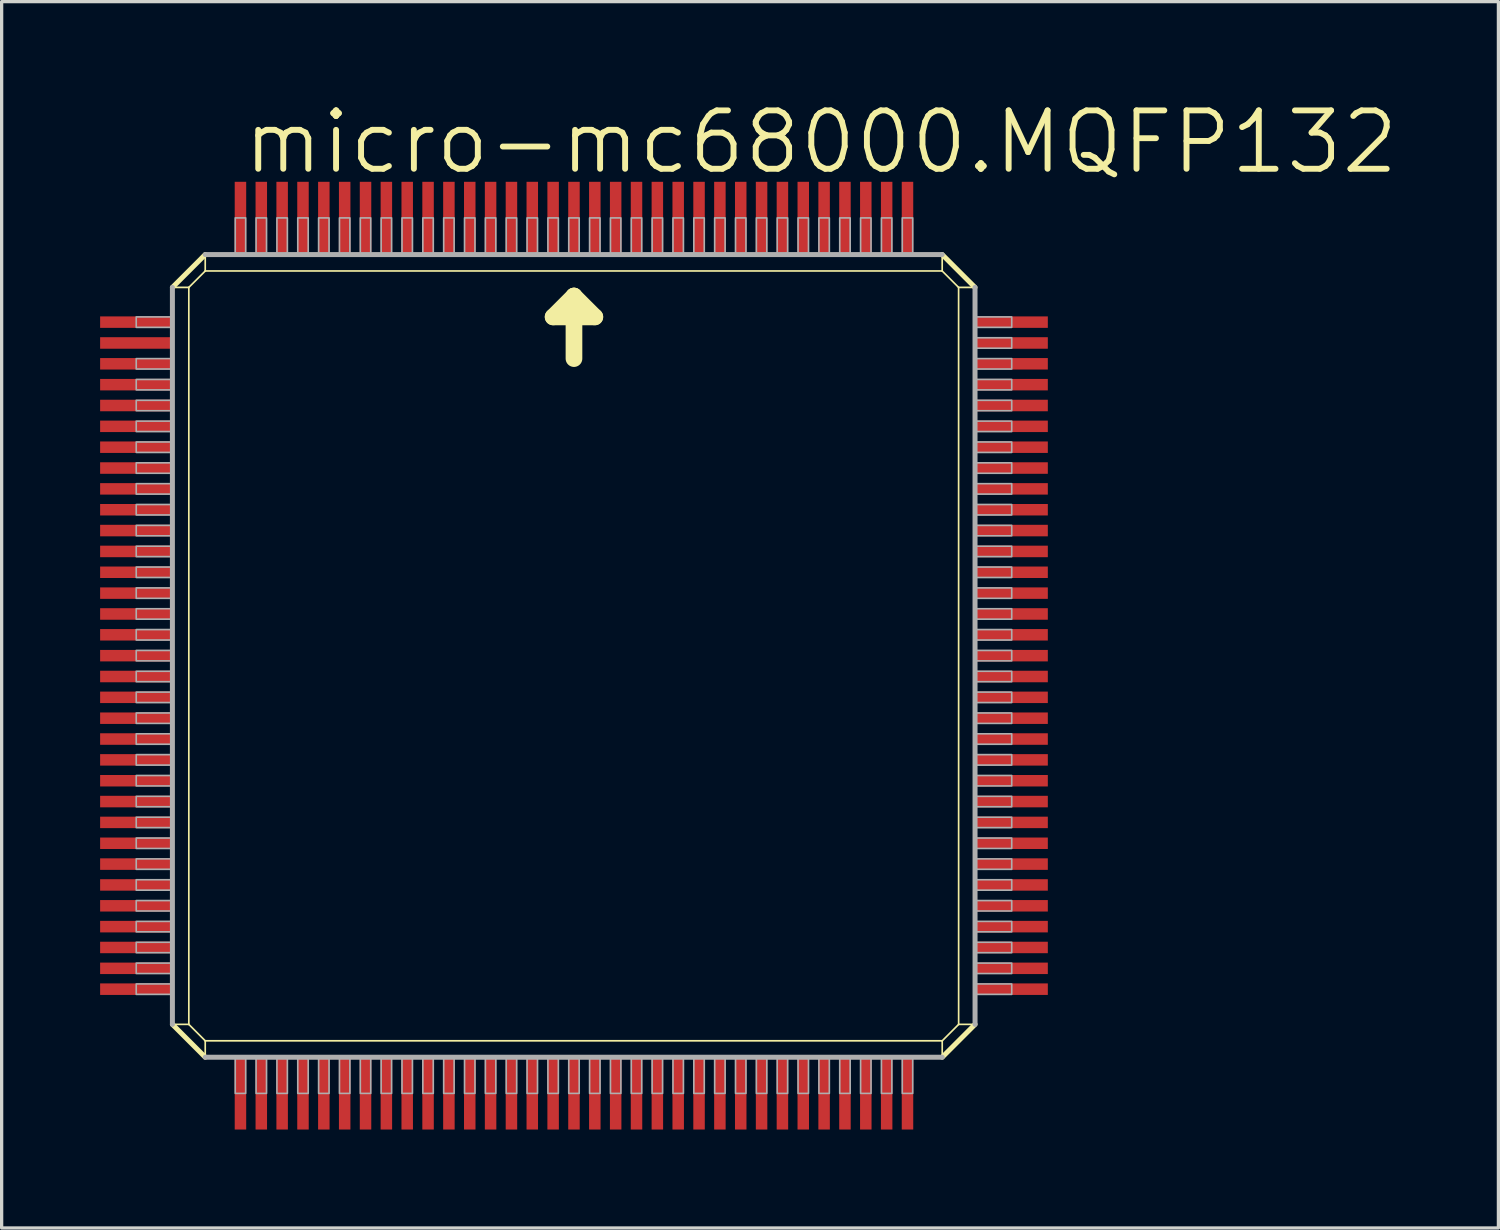
<source format=kicad_pcb>
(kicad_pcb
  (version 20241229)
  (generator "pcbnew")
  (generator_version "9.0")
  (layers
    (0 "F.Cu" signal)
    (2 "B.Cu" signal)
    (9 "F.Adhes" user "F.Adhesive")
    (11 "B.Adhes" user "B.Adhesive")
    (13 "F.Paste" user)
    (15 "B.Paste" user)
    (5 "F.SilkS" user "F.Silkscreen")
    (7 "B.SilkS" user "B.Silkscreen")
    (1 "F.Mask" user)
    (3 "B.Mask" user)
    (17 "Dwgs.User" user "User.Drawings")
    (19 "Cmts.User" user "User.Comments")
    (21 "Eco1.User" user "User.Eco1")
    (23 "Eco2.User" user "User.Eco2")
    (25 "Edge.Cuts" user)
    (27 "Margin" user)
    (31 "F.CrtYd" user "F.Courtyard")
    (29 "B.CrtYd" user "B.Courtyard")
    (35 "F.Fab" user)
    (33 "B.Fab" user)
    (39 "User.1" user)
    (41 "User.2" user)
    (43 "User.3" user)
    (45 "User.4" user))
  (footprint "micro-mc68000.MQFP132"
    (layer "F.Cu")
    (at 14.435 16.288)
    (property "Reference" "micro-mc68000.MQFP132" (at -10.16 -13.97 0) (layer "F.SilkS") (effects (font (size 1.778 1.778) (thickness 0.18)) (justify left bottom)))
    (attr smd)
    (fp_line (start -12.233 -10.583) (end -11.733 -10.583) (stroke (width 0.051) (type default)) (layer "F.SilkS"))
    (fp_line (start -12.233 -10.583) (end -11.233 -11.583) (stroke (width 0.152) (type default)) (layer "F.SilkS"))
    (fp_line (start -12.233 11.868) (end -11.733 11.868) (stroke (width 0.051) (type default)) (layer "F.SilkS"))
    (fp_line (start -11.733 -10.583) (end -11.233 -11.083) (stroke (width 0.051) (type default)) (layer "F.SilkS"))
    (fp_line (start -11.733 11.868) (end -11.733 -10.583) (stroke (width 0.051) (type default)) (layer "F.SilkS"))
    (fp_line (start -11.233 -11.583) (end -11.233 -11.083) (stroke (width 0.051) (type default)) (layer "F.SilkS"))
    (fp_line (start -11.233 -11.083) (end 11.217 -11.083) (stroke (width 0.051) (type default)) (layer "F.SilkS"))
    (fp_line (start -11.233 12.368) (end -11.733 11.868) (stroke (width 0.051) (type default)) (layer "F.SilkS"))
    (fp_line (start -11.233 12.868) (end -12.233 11.868) (stroke (width 0.152) (type default)) (layer "F.SilkS"))
    (fp_line (start -11.233 12.868) (end -11.233 12.368) (stroke (width 0.051) (type default)) (layer "F.SilkS"))
    (fp_line (start -0.635 -9.684) (end 0 -10.319) (stroke (width 0.508) (type default)) (layer "F.SilkS"))
    (fp_line (start 0 -10.319) (end 0 -8.414) (stroke (width 0.508) (type default)) (layer "F.SilkS"))
    (fp_line (start 0 -10.319) (end 0.635 -9.684) (stroke (width 0.508) (type default)) (layer "F.SilkS"))
    (fp_line (start 0.635 -9.684) (end -0.635 -9.684) (stroke (width 0.508) (type default)) (layer "F.SilkS"))
    (fp_line (start 11.217 -11.583) (end 11.217 -11.083) (stroke (width 0.051) (type default)) (layer "F.SilkS"))
    (fp_line (start 11.217 -11.583) (end 12.217 -10.583) (stroke (width 0.152) (type default)) (layer "F.SilkS"))
    (fp_line (start 11.217 -11.083) (end 11.717 -10.583) (stroke (width 0.051) (type default)) (layer "F.SilkS"))
    (fp_line (start 11.218 12.368) (end -11.233 12.368) (stroke (width 0.051) (type default)) (layer "F.SilkS"))
    (fp_line (start 11.218 12.868) (end 11.218 12.368) (stroke (width 0.051) (type default)) (layer "F.SilkS"))
    (fp_line (start 11.717 -10.583) (end 11.718 11.868) (stroke (width 0.051) (type default)) (layer "F.SilkS"))
    (fp_line (start 11.718 11.868) (end 11.218 12.368) (stroke (width 0.051) (type default)) (layer "F.SilkS"))
    (fp_line (start 12.217 -10.583) (end 11.717 -10.583) (stroke (width 0.051) (type default)) (layer "F.SilkS"))
    (fp_line (start 12.218 11.868) (end 11.218 12.868) (stroke (width 0.152) (type default)) (layer "F.SilkS"))
    (fp_line (start 12.218 11.868) (end 11.718 11.868) (stroke (width 0.051) (type default)) (layer "F.SilkS"))
    (fp_line (start -12.233 11.868) (end -12.233 -10.583) (stroke (width 0.152) (type default)) (layer "F.Fab"))
    (fp_line (start -11.233 -11.583) (end 11.217 -11.583) (stroke (width 0.152) (type default)) (layer "F.Fab"))
    (fp_line (start 11.218 12.868) (end -11.233 12.868) (stroke (width 0.152) (type default)) (layer "F.Fab"))
    (fp_line (start 12.217 -10.583) (end 12.218 11.868) (stroke (width 0.152) (type default)) (layer "F.Fab"))
    (fp_rect (start -13.335 -9.366) (end -12.224 -9.684) (stroke (width 0.05) (type default)) (fill no) (layer "F.Fab"))
    (fp_rect (start -13.335 -8.096) (end -12.224 -8.414) (stroke (width 0.05) (type default)) (fill no) (layer "F.Fab"))
    (fp_rect (start -13.335 -7.461) (end -12.224 -7.779) (stroke (width 0.05) (type default)) (fill no) (layer "F.Fab"))
    (fp_rect (start -13.335 -6.826) (end -12.224 -7.144) (stroke (width 0.05) (type default)) (fill no) (layer "F.Fab"))
    (fp_rect (start -13.335 -6.191) (end -12.224 -6.509) (stroke (width 0.05) (type default)) (fill no) (layer "F.Fab"))
    (fp_rect (start -13.335 -5.556) (end -12.224 -5.874) (stroke (width 0.05) (type default)) (fill no) (layer "F.Fab"))
    (fp_rect (start -13.335 -4.921) (end -12.224 -5.239) (stroke (width 0.05) (type default)) (fill no) (layer "F.Fab"))
    (fp_rect (start -13.335 -4.286) (end -12.224 -4.604) (stroke (width 0.05) (type default)) (fill no) (layer "F.Fab"))
    (fp_rect (start -13.335 -3.651) (end -12.224 -3.969) (stroke (width 0.05) (type default)) (fill no) (layer "F.Fab"))
    (fp_rect (start -13.335 -3.016) (end -12.224 -3.334) (stroke (width 0.05) (type default)) (fill no) (layer "F.Fab"))
    (fp_rect (start -13.335 -2.381) (end -12.224 -2.699) (stroke (width 0.05) (type default)) (fill no) (layer "F.Fab"))
    (fp_rect (start -13.335 -1.746) (end -12.224 -2.064) (stroke (width 0.05) (type default)) (fill no) (layer "F.Fab"))
    (fp_rect (start -13.335 -1.111) (end -12.224 -1.429) (stroke (width 0.05) (type default)) (fill no) (layer "F.Fab"))
    (fp_rect (start -13.335 -0.476) (end -12.224 -0.794) (stroke (width 0.05) (type default)) (fill no) (layer "F.Fab"))
    (fp_rect (start -13.335 0.159) (end -12.224 -0.159) (stroke (width 0.05) (type default)) (fill no) (layer "F.Fab"))
    (fp_rect (start -13.335 0.794) (end -12.224 0.476) (stroke (width 0.05) (type default)) (fill no) (layer "F.Fab"))
    (fp_rect (start -13.335 1.429) (end -12.224 1.111) (stroke (width 0.05) (type default)) (fill no) (layer "F.Fab"))
    (fp_rect (start -13.335 2.064) (end -12.224 1.746) (stroke (width 0.05) (type default)) (fill no) (layer "F.Fab"))
    (fp_rect (start -13.335 2.699) (end -12.224 2.381) (stroke (width 0.05) (type default)) (fill no) (layer "F.Fab"))
    (fp_rect (start -13.335 3.334) (end -12.224 3.016) (stroke (width 0.05) (type default)) (fill no) (layer "F.Fab"))
    (fp_rect (start -13.335 3.969) (end -12.224 3.651) (stroke (width 0.05) (type default)) (fill no) (layer "F.Fab"))
    (fp_rect (start -13.335 4.604) (end -12.224 4.286) (stroke (width 0.05) (type default)) (fill no) (layer "F.Fab"))
    (fp_rect (start -13.335 5.239) (end -12.224 4.921) (stroke (width 0.05) (type default)) (fill no) (layer "F.Fab"))
    (fp_rect (start -13.335 5.874) (end -12.224 5.556) (stroke (width 0.05) (type default)) (fill no) (layer "F.Fab"))
    (fp_rect (start -13.335 6.509) (end -12.224 6.191) (stroke (width 0.05) (type default)) (fill no) (layer "F.Fab"))
    (fp_rect (start -13.335 7.144) (end -12.224 6.826) (stroke (width 0.05) (type default)) (fill no) (layer "F.Fab"))
    (fp_rect (start -13.335 7.779) (end -12.224 7.461) (stroke (width 0.05) (type default)) (fill no) (layer "F.Fab"))
    (fp_rect (start -13.335 8.414) (end -12.224 8.096) (stroke (width 0.05) (type default)) (fill no) (layer "F.Fab"))
    (fp_rect (start -13.335 9.049) (end -12.224 8.731) (stroke (width 0.05) (type default)) (fill no) (layer "F.Fab"))
    (fp_rect (start -13.335 9.684) (end -12.224 9.366) (stroke (width 0.05) (type default)) (fill no) (layer "F.Fab"))
    (fp_rect (start -13.335 10.319) (end -12.224 10.001) (stroke (width 0.05) (type default)) (fill no) (layer "F.Fab"))
    (fp_rect (start -13.335 10.954) (end -12.224 10.636) (stroke (width 0.05) (type default)) (fill no) (layer "F.Fab"))
    (fp_rect (start -10.319 -11.589) (end -10.001 -12.7) (stroke (width 0.05) (type default)) (fill no) (layer "F.Fab"))
    (fp_rect (start -10.319 13.97) (end -10.001 12.859) (stroke (width 0.05) (type default)) (fill no) (layer "F.Fab"))
    (fp_rect (start -9.684 -11.589) (end -9.366 -12.7) (stroke (width 0.05) (type default)) (fill no) (layer "F.Fab"))
    (fp_rect (start -9.684 13.97) (end -9.366 12.859) (stroke (width 0.05) (type default)) (fill no) (layer "F.Fab"))
    (fp_rect (start -9.049 -11.589) (end -8.731 -12.7) (stroke (width 0.05) (type default)) (fill no) (layer "F.Fab"))
    (fp_rect (start -9.049 13.97) (end -8.731 12.859) (stroke (width 0.05) (type default)) (fill no) (layer "F.Fab"))
    (fp_rect (start -8.414 -11.589) (end -8.096 -12.7) (stroke (width 0.05) (type default)) (fill no) (layer "F.Fab"))
    (fp_rect (start -8.414 13.97) (end -8.096 12.859) (stroke (width 0.05) (type default)) (fill no) (layer "F.Fab"))
    (fp_rect (start -7.779 -11.589) (end -7.461 -12.7) (stroke (width 0.05) (type default)) (fill no) (layer "F.Fab"))
    (fp_rect (start -7.779 13.97) (end -7.461 12.859) (stroke (width 0.05) (type default)) (fill no) (layer "F.Fab"))
    (fp_rect (start -7.144 -11.589) (end -6.826 -12.7) (stroke (width 0.05) (type default)) (fill no) (layer "F.Fab"))
    (fp_rect (start -7.144 13.97) (end -6.826 12.859) (stroke (width 0.05) (type default)) (fill no) (layer "F.Fab"))
    (fp_rect (start -6.509 -11.589) (end -6.191 -12.7) (stroke (width 0.05) (type default)) (fill no) (layer "F.Fab"))
    (fp_rect (start -6.509 13.97) (end -6.191 12.859) (stroke (width 0.05) (type default)) (fill no) (layer "F.Fab"))
    (fp_rect (start -5.874 -11.589) (end -5.556 -12.7) (stroke (width 0.05) (type default)) (fill no) (layer "F.Fab"))
    (fp_rect (start -5.874 13.97) (end -5.556 12.859) (stroke (width 0.05) (type default)) (fill no) (layer "F.Fab"))
    (fp_rect (start -5.239 -11.589) (end -4.921 -12.7) (stroke (width 0.05) (type default)) (fill no) (layer "F.Fab"))
    (fp_rect (start -5.239 13.97) (end -4.921 12.859) (stroke (width 0.05) (type default)) (fill no) (layer "F.Fab"))
    (fp_rect (start -4.604 -11.589) (end -4.286 -12.7) (stroke (width 0.05) (type default)) (fill no) (layer "F.Fab"))
    (fp_rect (start -4.604 13.97) (end -4.286 12.859) (stroke (width 0.05) (type default)) (fill no) (layer "F.Fab"))
    (fp_rect (start -3.969 -11.589) (end -3.651 -12.7) (stroke (width 0.05) (type default)) (fill no) (layer "F.Fab"))
    (fp_rect (start -3.969 13.97) (end -3.651 12.859) (stroke (width 0.05) (type default)) (fill no) (layer "F.Fab"))
    (fp_rect (start -3.334 -11.589) (end -3.016 -12.7) (stroke (width 0.05) (type default)) (fill no) (layer "F.Fab"))
    (fp_rect (start -3.334 13.97) (end -3.016 12.859) (stroke (width 0.05) (type default)) (fill no) (layer "F.Fab"))
    (fp_rect (start -2.699 -11.589) (end -2.381 -12.7) (stroke (width 0.05) (type default)) (fill no) (layer "F.Fab"))
    (fp_rect (start -2.699 13.97) (end -2.381 12.859) (stroke (width 0.05) (type default)) (fill no) (layer "F.Fab"))
    (fp_rect (start -2.064 -11.589) (end -1.746 -12.7) (stroke (width 0.05) (type default)) (fill no) (layer "F.Fab"))
    (fp_rect (start -2.064 13.97) (end -1.746 12.859) (stroke (width 0.05) (type default)) (fill no) (layer "F.Fab"))
    (fp_rect (start -1.429 -11.589) (end -1.111 -12.7) (stroke (width 0.05) (type default)) (fill no) (layer "F.Fab"))
    (fp_rect (start -1.429 13.97) (end -1.111 12.859) (stroke (width 0.05) (type default)) (fill no) (layer "F.Fab"))
    (fp_rect (start -0.794 -11.589) (end -0.476 -12.7) (stroke (width 0.05) (type default)) (fill no) (layer "F.Fab"))
    (fp_rect (start -0.794 13.97) (end -0.476 12.859) (stroke (width 0.05) (type default)) (fill no) (layer "F.Fab"))
    (fp_rect (start -0.159 -11.589) (end 0.159 -12.7) (stroke (width 0.05) (type default)) (fill no) (layer "F.Fab"))
    (fp_rect (start -0.159 13.97) (end 0.159 12.859) (stroke (width 0.05) (type default)) (fill no) (layer "F.Fab"))
    (fp_rect (start 0.476 -11.589) (end 0.794 -12.7) (stroke (width 0.05) (type default)) (fill no) (layer "F.Fab"))
    (fp_rect (start 0.476 13.97) (end 0.794 12.859) (stroke (width 0.05) (type default)) (fill no) (layer "F.Fab"))
    (fp_rect (start 1.111 -11.589) (end 1.429 -12.7) (stroke (width 0.05) (type default)) (fill no) (layer "F.Fab"))
    (fp_rect (start 1.111 13.97) (end 1.429 12.859) (stroke (width 0.05) (type default)) (fill no) (layer "F.Fab"))
    (fp_rect (start 1.746 -11.589) (end 2.064 -12.7) (stroke (width 0.05) (type default)) (fill no) (layer "F.Fab"))
    (fp_rect (start 1.746 13.97) (end 2.064 12.859) (stroke (width 0.05) (type default)) (fill no) (layer "F.Fab"))
    (fp_rect (start 2.381 -11.589) (end 2.699 -12.7) (stroke (width 0.05) (type default)) (fill no) (layer "F.Fab"))
    (fp_rect (start 2.381 13.97) (end 2.699 12.859) (stroke (width 0.05) (type default)) (fill no) (layer "F.Fab"))
    (fp_rect (start 3.016 -11.589) (end 3.334 -12.7) (stroke (width 0.05) (type default)) (fill no) (layer "F.Fab"))
    (fp_rect (start 3.016 13.97) (end 3.334 12.859) (stroke (width 0.05) (type default)) (fill no) (layer "F.Fab"))
    (fp_rect (start 3.651 -11.589) (end 3.969 -12.7) (stroke (width 0.05) (type default)) (fill no) (layer "F.Fab"))
    (fp_rect (start 3.651 13.97) (end 3.969 12.859) (stroke (width 0.05) (type default)) (fill no) (layer "F.Fab"))
    (fp_rect (start 4.286 -11.589) (end 4.604 -12.7) (stroke (width 0.05) (type default)) (fill no) (layer "F.Fab"))
    (fp_rect (start 4.286 13.97) (end 4.604 12.859) (stroke (width 0.05) (type default)) (fill no) (layer "F.Fab"))
    (fp_rect (start 4.921 -11.589) (end 5.239 -12.7) (stroke (width 0.05) (type default)) (fill no) (layer "F.Fab"))
    (fp_rect (start 4.921 13.97) (end 5.239 12.859) (stroke (width 0.05) (type default)) (fill no) (layer "F.Fab"))
    (fp_rect (start 5.556 -11.589) (end 5.874 -12.7) (stroke (width 0.05) (type default)) (fill no) (layer "F.Fab"))
    (fp_rect (start 5.556 13.97) (end 5.874 12.859) (stroke (width 0.05) (type default)) (fill no) (layer "F.Fab"))
    (fp_rect (start 6.191 -11.589) (end 6.509 -12.7) (stroke (width 0.05) (type default)) (fill no) (layer "F.Fab"))
    (fp_rect (start 6.191 13.97) (end 6.509 12.859) (stroke (width 0.05) (type default)) (fill no) (layer "F.Fab"))
    (fp_rect (start 6.826 -11.589) (end 7.144 -12.7) (stroke (width 0.05) (type default)) (fill no) (layer "F.Fab"))
    (fp_rect (start 6.826 13.97) (end 7.144 12.859) (stroke (width 0.05) (type default)) (fill no) (layer "F.Fab"))
    (fp_rect (start 7.461 -11.589) (end 7.779 -12.7) (stroke (width 0.05) (type default)) (fill no) (layer "F.Fab"))
    (fp_rect (start 7.461 13.97) (end 7.779 12.859) (stroke (width 0.05) (type default)) (fill no) (layer "F.Fab"))
    (fp_rect (start 8.096 -11.589) (end 8.414 -12.7) (stroke (width 0.05) (type default)) (fill no) (layer "F.Fab"))
    (fp_rect (start 8.096 13.97) (end 8.414 12.859) (stroke (width 0.05) (type default)) (fill no) (layer "F.Fab"))
    (fp_rect (start 8.731 -11.589) (end 9.049 -12.7) (stroke (width 0.05) (type default)) (fill no) (layer "F.Fab"))
    (fp_rect (start 8.731 13.97) (end 9.049 12.859) (stroke (width 0.05) (type default)) (fill no) (layer "F.Fab"))
    (fp_rect (start 9.366 -11.589) (end 9.684 -12.7) (stroke (width 0.05) (type default)) (fill no) (layer "F.Fab"))
    (fp_rect (start 9.366 13.97) (end 9.684 12.859) (stroke (width 0.05) (type default)) (fill no) (layer "F.Fab"))
    (fp_rect (start 10.001 -11.589) (end 10.319 -12.7) (stroke (width 0.05) (type default)) (fill no) (layer "F.Fab"))
    (fp_rect (start 10.001 13.97) (end 10.319 12.859) (stroke (width 0.05) (type default)) (fill no) (layer "F.Fab"))
    (fp_rect (start 12.224 -9.366) (end 13.335 -9.684) (stroke (width 0.05) (type default)) (fill no) (layer "F.Fab"))
    (fp_rect (start 12.224 -8.731) (end 13.335 -9.049) (stroke (width 0.05) (type default)) (fill no) (layer "F.Fab"))
    (fp_rect (start 12.224 -8.096) (end 13.335 -8.414) (stroke (width 0.05) (type default)) (fill no) (layer "F.Fab"))
    (fp_rect (start 12.224 -7.461) (end 13.335 -7.779) (stroke (width 0.05) (type default)) (fill no) (layer "F.Fab"))
    (fp_rect (start 12.224 -6.826) (end 13.335 -7.144) (stroke (width 0.05) (type default)) (fill no) (layer "F.Fab"))
    (fp_rect (start 12.224 -6.191) (end 13.335 -6.509) (stroke (width 0.05) (type default)) (fill no) (layer "F.Fab"))
    (fp_rect (start 12.224 -5.556) (end 13.335 -5.874) (stroke (width 0.05) (type default)) (fill no) (layer "F.Fab"))
    (fp_rect (start 12.224 -4.921) (end 13.335 -5.239) (stroke (width 0.05) (type default)) (fill no) (layer "F.Fab"))
    (fp_rect (start 12.224 -4.286) (end 13.335 -4.604) (stroke (width 0.05) (type default)) (fill no) (layer "F.Fab"))
    (fp_rect (start 12.224 -3.651) (end 13.335 -3.969) (stroke (width 0.05) (type default)) (fill no) (layer "F.Fab"))
    (fp_rect (start 12.224 -3.016) (end 13.335 -3.334) (stroke (width 0.05) (type default)) (fill no) (layer "F.Fab"))
    (fp_rect (start 12.224 -2.381) (end 13.335 -2.699) (stroke (width 0.05) (type default)) (fill no) (layer "F.Fab"))
    (fp_rect (start 12.224 -1.746) (end 13.335 -2.064) (stroke (width 0.05) (type default)) (fill no) (layer "F.Fab"))
    (fp_rect (start 12.224 -1.111) (end 13.335 -1.429) (stroke (width 0.05) (type default)) (fill no) (layer "F.Fab"))
    (fp_rect (start 12.224 -0.476) (end 13.335 -0.794) (stroke (width 0.05) (type default)) (fill no) (layer "F.Fab"))
    (fp_rect (start 12.224 0.159) (end 13.335 -0.159) (stroke (width 0.05) (type default)) (fill no) (layer "F.Fab"))
    (fp_rect (start 12.224 0.794) (end 13.335 0.476) (stroke (width 0.05) (type default)) (fill no) (layer "F.Fab"))
    (fp_rect (start 12.224 1.429) (end 13.335 1.111) (stroke (width 0.05) (type default)) (fill no) (layer "F.Fab"))
    (fp_rect (start 12.224 2.064) (end 13.335 1.746) (stroke (width 0.05) (type default)) (fill no) (layer "F.Fab"))
    (fp_rect (start 12.224 2.699) (end 13.335 2.381) (stroke (width 0.05) (type default)) (fill no) (layer "F.Fab"))
    (fp_rect (start 12.224 3.334) (end 13.335 3.016) (stroke (width 0.05) (type default)) (fill no) (layer "F.Fab"))
    (fp_rect (start 12.224 3.969) (end 13.335 3.651) (stroke (width 0.05) (type default)) (fill no) (layer "F.Fab"))
    (fp_rect (start 12.224 4.604) (end 13.335 4.286) (stroke (width 0.05) (type default)) (fill no) (layer "F.Fab"))
    (fp_rect (start 12.224 5.239) (end 13.335 4.921) (stroke (width 0.05) (type default)) (fill no) (layer "F.Fab"))
    (fp_rect (start 12.224 5.874) (end 13.335 5.556) (stroke (width 0.05) (type default)) (fill no) (layer "F.Fab"))
    (fp_rect (start 12.224 6.509) (end 13.335 6.191) (stroke (width 0.05) (type default)) (fill no) (layer "F.Fab"))
    (fp_rect (start 12.224 7.144) (end 13.335 6.826) (stroke (width 0.05) (type default)) (fill no) (layer "F.Fab"))
    (fp_rect (start 12.224 7.779) (end 13.335 7.461) (stroke (width 0.05) (type default)) (fill no) (layer "F.Fab"))
    (fp_rect (start 12.224 8.414) (end 13.335 8.096) (stroke (width 0.05) (type default)) (fill no) (layer "F.Fab"))
    (fp_rect (start 12.224 9.049) (end 13.335 8.731) (stroke (width 0.05) (type default)) (fill no) (layer "F.Fab"))
    (fp_rect (start 12.224 9.684) (end 13.335 9.366) (stroke (width 0.05) (type default)) (fill no) (layer "F.Fab"))
    (fp_rect (start 12.224 10.319) (end 13.335 10.001) (stroke (width 0.05) (type default)) (fill no) (layer "F.Fab"))
    (fp_rect (start 12.224 10.954) (end 13.335 10.636) (stroke (width 0.05) (type default)) (fill no) (layer "F.Fab"))
    (pad "1" smd roundrect (at 0 -12.7) (size 0.35 2.2) (layers "F.Cu" "F.Mask" "F.Paste") (roundrect_rratio 0.01))
    (pad "2" smd roundrect (at -0.635 -12.7) (size 0.35 2.2) (layers "F.Cu" "F.Mask" "F.Paste") (roundrect_rratio 0.01))
    (pad "3" smd roundrect (at -1.27 -12.7) (size 0.35 2.2) (layers "F.Cu" "F.Mask" "F.Paste") (roundrect_rratio 0.01))
    (pad "4" smd roundrect (at -1.905 -12.7) (size 0.35 2.2) (layers "F.Cu" "F.Mask" "F.Paste") (roundrect_rratio 0.01))
    (pad "5" smd roundrect (at -2.54 -12.7) (size 0.35 2.2) (layers "F.Cu" "F.Mask" "F.Paste") (roundrect_rratio 0.01))
    (pad "6" smd roundrect (at -3.175 -12.7) (size 0.35 2.2) (layers "F.Cu" "F.Mask" "F.Paste") (roundrect_rratio 0.01))
    (pad "7" smd roundrect (at -3.81 -12.7) (size 0.35 2.2) (layers "F.Cu" "F.Mask" "F.Paste") (roundrect_rratio 0.01))
    (pad "8" smd roundrect (at -4.445 -12.7) (size 0.35 2.2) (layers "F.Cu" "F.Mask" "F.Paste") (roundrect_rratio 0.01))
    (pad "9" smd roundrect (at -5.08 -12.7) (size 0.35 2.2) (layers "F.Cu" "F.Mask" "F.Paste") (roundrect_rratio 0.01))
    (pad "10" smd roundrect (at -5.715 -12.7) (size 0.35 2.2) (layers "F.Cu" "F.Mask" "F.Paste") (roundrect_rratio 0.01))
    (pad "11" smd roundrect (at -6.35 -12.7) (size 0.35 2.2) (layers "F.Cu" "F.Mask" "F.Paste") (roundrect_rratio 0.01))
    (pad "12" smd roundrect (at -6.985 -12.7) (size 0.35 2.2) (layers "F.Cu" "F.Mask" "F.Paste") (roundrect_rratio 0.01))
    (pad "13" smd roundrect (at -7.62 -12.7) (size 0.35 2.2) (layers "F.Cu" "F.Mask" "F.Paste") (roundrect_rratio 0.01))
    (pad "14" smd roundrect (at -8.255 -12.7) (size 0.35 2.2) (layers "F.Cu" "F.Mask" "F.Paste") (roundrect_rratio 0.01))
    (pad "15" smd roundrect (at -8.89 -12.7) (size 0.35 2.2) (layers "F.Cu" "F.Mask" "F.Paste") (roundrect_rratio 0.01))
    (pad "16" smd roundrect (at -9.525 -12.7) (size 0.35 2.2) (layers "F.Cu" "F.Mask" "F.Paste") (roundrect_rratio 0.01))
    (pad "17" smd roundrect (at -10.16 -12.7) (size 0.35 2.2) (layers "F.Cu" "F.Mask" "F.Paste") (roundrect_rratio 0.01))
    (pad "18" smd roundrect (at -13.335 -9.525) (size 2.2 0.35) (layers "F.Cu" "F.Mask" "F.Paste") (roundrect_rratio 0.01))
    (pad "19" smd roundrect (at -13.335 -8.89) (size 2.2 0.35) (layers "F.Cu" "F.Mask" "F.Paste") (roundrect_rratio 0.01))
    (pad "20" smd roundrect (at -13.335 -8.255) (size 2.2 0.35) (layers "F.Cu" "F.Mask" "F.Paste") (roundrect_rratio 0.01))
    (pad "21" smd roundrect (at -13.335 -7.62) (size 2.2 0.35) (layers "F.Cu" "F.Mask" "F.Paste") (roundrect_rratio 0.01))
    (pad "22" smd roundrect (at -13.335 -6.985) (size 2.2 0.35) (layers "F.Cu" "F.Mask" "F.Paste") (roundrect_rratio 0.01))
    (pad "23" smd roundrect (at -13.335 -6.35) (size 2.2 0.35) (layers "F.Cu" "F.Mask" "F.Paste") (roundrect_rratio 0.01))
    (pad "24" smd roundrect (at -13.335 -5.715) (size 2.2 0.35) (layers "F.Cu" "F.Mask" "F.Paste") (roundrect_rratio 0.01))
    (pad "25" smd roundrect (at -13.335 -5.08) (size 2.2 0.35) (layers "F.Cu" "F.Mask" "F.Paste") (roundrect_rratio 0.01))
    (pad "26" smd roundrect (at -13.335 -4.445) (size 2.2 0.35) (layers "F.Cu" "F.Mask" "F.Paste") (roundrect_rratio 0.01))
    (pad "27" smd roundrect (at -13.335 -3.81) (size 2.2 0.35) (layers "F.Cu" "F.Mask" "F.Paste") (roundrect_rratio 0.01))
    (pad "28" smd roundrect (at -13.335 -3.175) (size 2.2 0.35) (layers "F.Cu" "F.Mask" "F.Paste") (roundrect_rratio 0.01))
    (pad "29" smd roundrect (at -13.335 -2.54) (size 2.2 0.35) (layers "F.Cu" "F.Mask" "F.Paste") (roundrect_rratio 0.01))
    (pad "30" smd roundrect (at -13.335 -1.905) (size 2.2 0.35) (layers "F.Cu" "F.Mask" "F.Paste") (roundrect_rratio 0.01))
    (pad "31" smd roundrect (at -13.335 -1.27) (size 2.2 0.35) (layers "F.Cu" "F.Mask" "F.Paste") (roundrect_rratio 0.01))
    (pad "32" smd roundrect (at -13.335 -0.635) (size 2.2 0.35) (layers "F.Cu" "F.Mask" "F.Paste") (roundrect_rratio 0.01))
    (pad "33" smd roundrect (at -13.335 0) (size 2.2 0.35) (layers "F.Cu" "F.Mask" "F.Paste") (roundrect_rratio 0.01))
    (pad "34" smd roundrect (at -13.335 0.635) (size 2.2 0.35) (layers "F.Cu" "F.Mask" "F.Paste") (roundrect_rratio 0.01))
    (pad "35" smd roundrect (at -13.335 1.27) (size 2.2 0.35) (layers "F.Cu" "F.Mask" "F.Paste") (roundrect_rratio 0.01))
    (pad "36" smd roundrect (at -13.335 1.905) (size 2.2 0.35) (layers "F.Cu" "F.Mask" "F.Paste") (roundrect_rratio 0.01))
    (pad "37" smd roundrect (at -13.335 2.54) (size 2.2 0.35) (layers "F.Cu" "F.Mask" "F.Paste") (roundrect_rratio 0.01))
    (pad "38" smd roundrect (at -13.335 3.175) (size 2.2 0.35) (layers "F.Cu" "F.Mask" "F.Paste") (roundrect_rratio 0.01))
    (pad "39" smd roundrect (at -13.335 3.81) (size 2.2 0.35) (layers "F.Cu" "F.Mask" "F.Paste") (roundrect_rratio 0.01))
    (pad "40" smd roundrect (at -13.335 4.445) (size 2.2 0.35) (layers "F.Cu" "F.Mask" "F.Paste") (roundrect_rratio 0.01))
    (pad "41" smd roundrect (at -13.335 5.08) (size 2.2 0.35) (layers "F.Cu" "F.Mask" "F.Paste") (roundrect_rratio 0.01))
    (pad "42" smd roundrect (at -13.335 5.715) (size 2.2 0.35) (layers "F.Cu" "F.Mask" "F.Paste") (roundrect_rratio 0.01))
    (pad "43" smd roundrect (at -13.335 6.35) (size 2.2 0.35) (layers "F.Cu" "F.Mask" "F.Paste") (roundrect_rratio 0.01))
    (pad "44" smd roundrect (at -13.335 6.985) (size 2.2 0.35) (layers "F.Cu" "F.Mask" "F.Paste") (roundrect_rratio 0.01))
    (pad "45" smd roundrect (at -13.335 7.62) (size 2.2 0.35) (layers "F.Cu" "F.Mask" "F.Paste") (roundrect_rratio 0.01))
    (pad "46" smd roundrect (at -13.335 8.255) (size 2.2 0.35) (layers "F.Cu" "F.Mask" "F.Paste") (roundrect_rratio 0.01))
    (pad "47" smd roundrect (at -13.335 8.89) (size 2.2 0.35) (layers "F.Cu" "F.Mask" "F.Paste") (roundrect_rratio 0.01))
    (pad "48" smd roundrect (at -13.335 9.525) (size 2.2 0.35) (layers "F.Cu" "F.Mask" "F.Paste") (roundrect_rratio 0.01))
    (pad "49" smd roundrect (at -13.335 10.16) (size 2.2 0.35) (layers "F.Cu" "F.Mask" "F.Paste") (roundrect_rratio 0.01))
    (pad "50" smd roundrect (at -13.335 10.795) (size 2.2 0.35) (layers "F.Cu" "F.Mask" "F.Paste") (roundrect_rratio 0.01))
    (pad "51" smd roundrect (at -10.16 13.97) (size 0.35 2.2) (layers "F.Cu" "F.Mask" "F.Paste") (roundrect_rratio 0.01))
    (pad "52" smd roundrect (at -9.525 13.97) (size 0.35 2.2) (layers "F.Cu" "F.Mask" "F.Paste") (roundrect_rratio 0.01))
    (pad "53" smd roundrect (at -8.89 13.97) (size 0.35 2.2) (layers "F.Cu" "F.Mask" "F.Paste") (roundrect_rratio 0.01))
    (pad "54" smd roundrect (at -8.255 13.97) (size 0.35 2.2) (layers "F.Cu" "F.Mask" "F.Paste") (roundrect_rratio 0.01))
    (pad "55" smd roundrect (at -7.62 13.97) (size 0.35 2.2) (layers "F.Cu" "F.Mask" "F.Paste") (roundrect_rratio 0.01))
    (pad "56" smd roundrect (at -6.985 13.97) (size 0.35 2.2) (layers "F.Cu" "F.Mask" "F.Paste") (roundrect_rratio 0.01))
    (pad "57" smd roundrect (at -6.35 13.97) (size 0.35 2.2) (layers "F.Cu" "F.Mask" "F.Paste") (roundrect_rratio 0.01))
    (pad "58" smd roundrect (at -5.715 13.97) (size 0.35 2.2) (layers "F.Cu" "F.Mask" "F.Paste") (roundrect_rratio 0.01))
    (pad "59" smd roundrect (at -5.08 13.97) (size 0.35 2.2) (layers "F.Cu" "F.Mask" "F.Paste") (roundrect_rratio 0.01))
    (pad "60" smd roundrect (at -4.445 13.97) (size 0.35 2.2) (layers "F.Cu" "F.Mask" "F.Paste") (roundrect_rratio 0.01))
    (pad "61" smd roundrect (at -3.81 13.97) (size 0.35 2.2) (layers "F.Cu" "F.Mask" "F.Paste") (roundrect_rratio 0.01))
    (pad "62" smd roundrect (at -3.175 13.97) (size 0.35 2.2) (layers "F.Cu" "F.Mask" "F.Paste") (roundrect_rratio 0.01))
    (pad "63" smd roundrect (at -2.54 13.97) (size 0.35 2.2) (layers "F.Cu" "F.Mask" "F.Paste") (roundrect_rratio 0.01))
    (pad "64" smd roundrect (at -1.905 13.97) (size 0.35 2.2) (layers "F.Cu" "F.Mask" "F.Paste") (roundrect_rratio 0.01))
    (pad "65" smd roundrect (at -1.27 13.97) (size 0.35 2.2) (layers "F.Cu" "F.Mask" "F.Paste") (roundrect_rratio 0.01))
    (pad "66" smd roundrect (at -0.635 13.97) (size 0.35 2.2) (layers "F.Cu" "F.Mask" "F.Paste") (roundrect_rratio 0.01))
    (pad "67" smd roundrect (at 0 13.97) (size 0.35 2.2) (layers "F.Cu" "F.Mask" "F.Paste") (roundrect_rratio 0.01))
    (pad "68" smd roundrect (at 0.635 13.97) (size 0.35 2.2) (layers "F.Cu" "F.Mask" "F.Paste") (roundrect_rratio 0.01))
    (pad "69" smd roundrect (at 1.27 13.97) (size 0.35 2.2) (layers "F.Cu" "F.Mask" "F.Paste") (roundrect_rratio 0.01))
    (pad "70" smd roundrect (at 1.905 13.97) (size 0.35 2.2) (layers "F.Cu" "F.Mask" "F.Paste") (roundrect_rratio 0.01))
    (pad "71" smd roundrect (at 2.54 13.97) (size 0.35 2.2) (layers "F.Cu" "F.Mask" "F.Paste") (roundrect_rratio 0.01))
    (pad "72" smd roundrect (at 3.175 13.97) (size 0.35 2.2) (layers "F.Cu" "F.Mask" "F.Paste") (roundrect_rratio 0.01))
    (pad "73" smd roundrect (at 3.81 13.97) (size 0.35 2.2) (layers "F.Cu" "F.Mask" "F.Paste") (roundrect_rratio 0.01))
    (pad "74" smd roundrect (at 4.445 13.97) (size 0.35 2.2) (layers "F.Cu" "F.Mask" "F.Paste") (roundrect_rratio 0.01))
    (pad "75" smd roundrect (at 5.08 13.97) (size 0.35 2.2) (layers "F.Cu" "F.Mask" "F.Paste") (roundrect_rratio 0.01))
    (pad "76" smd roundrect (at 5.715 13.97) (size 0.35 2.2) (layers "F.Cu" "F.Mask" "F.Paste") (roundrect_rratio 0.01))
    (pad "77" smd roundrect (at 6.35 13.97) (size 0.35 2.2) (layers "F.Cu" "F.Mask" "F.Paste") (roundrect_rratio 0.01))
    (pad "78" smd roundrect (at 6.985 13.97) (size 0.35 2.2) (layers "F.Cu" "F.Mask" "F.Paste") (roundrect_rratio 0.01))
    (pad "79" smd roundrect (at 7.62 13.97) (size 0.35 2.2) (layers "F.Cu" "F.Mask" "F.Paste") (roundrect_rratio 0.01))
    (pad "80" smd roundrect (at 8.255 13.97) (size 0.35 2.2) (layers "F.Cu" "F.Mask" "F.Paste") (roundrect_rratio 0.01))
    (pad "81" smd roundrect (at 8.89 13.97) (size 0.35 2.2) (layers "F.Cu" "F.Mask" "F.Paste") (roundrect_rratio 0.01))
    (pad "82" smd roundrect (at 9.525 13.97) (size 0.35 2.2) (layers "F.Cu" "F.Mask" "F.Paste") (roundrect_rratio 0.01))
    (pad "83" smd roundrect (at 10.16 13.97) (size 0.35 2.2) (layers "F.Cu" "F.Mask" "F.Paste") (roundrect_rratio 0.01))
    (pad "84" smd roundrect (at 13.335 10.795) (size 2.2 0.35) (layers "F.Cu" "F.Mask" "F.Paste") (roundrect_rratio 0.01))
    (pad "85" smd roundrect (at 13.335 10.16) (size 2.2 0.35) (layers "F.Cu" "F.Mask" "F.Paste") (roundrect_rratio 0.01))
    (pad "86" smd roundrect (at 13.335 9.525) (size 2.2 0.35) (layers "F.Cu" "F.Mask" "F.Paste") (roundrect_rratio 0.01))
    (pad "87" smd roundrect (at 13.335 8.89) (size 2.2 0.35) (layers "F.Cu" "F.Mask" "F.Paste") (roundrect_rratio 0.01))
    (pad "88" smd roundrect (at 13.335 8.255) (size 2.2 0.35) (layers "F.Cu" "F.Mask" "F.Paste") (roundrect_rratio 0.01))
    (pad "89" smd roundrect (at 13.335 7.62) (size 2.2 0.35) (layers "F.Cu" "F.Mask" "F.Paste") (roundrect_rratio 0.01))
    (pad "90" smd roundrect (at 13.335 6.985) (size 2.2 0.35) (layers "F.Cu" "F.Mask" "F.Paste") (roundrect_rratio 0.01))
    (pad "91" smd roundrect (at 13.335 6.35) (size 2.2 0.35) (layers "F.Cu" "F.Mask" "F.Paste") (roundrect_rratio 0.01))
    (pad "92" smd roundrect (at 13.335 5.715) (size 2.2 0.35) (layers "F.Cu" "F.Mask" "F.Paste") (roundrect_rratio 0.01))
    (pad "93" smd roundrect (at 13.335 5.08) (size 2.2 0.35) (layers "F.Cu" "F.Mask" "F.Paste") (roundrect_rratio 0.01))
    (pad "94" smd roundrect (at 13.335 4.445) (size 2.2 0.35) (layers "F.Cu" "F.Mask" "F.Paste") (roundrect_rratio 0.01))
    (pad "95" smd roundrect (at 13.335 3.81) (size 2.2 0.35) (layers "F.Cu" "F.Mask" "F.Paste") (roundrect_rratio 0.01))
    (pad "96" smd roundrect (at 13.335 3.175) (size 2.2 0.35) (layers "F.Cu" "F.Mask" "F.Paste") (roundrect_rratio 0.01))
    (pad "97" smd roundrect (at 13.335 2.54) (size 2.2 0.35) (layers "F.Cu" "F.Mask" "F.Paste") (roundrect_rratio 0.01))
    (pad "98" smd roundrect (at 13.335 1.905) (size 2.2 0.35) (layers "F.Cu" "F.Mask" "F.Paste") (roundrect_rratio 0.01))
    (pad "99" smd roundrect (at 13.335 1.27) (size 2.2 0.35) (layers "F.Cu" "F.Mask" "F.Paste") (roundrect_rratio 0.01))
    (pad "100" smd roundrect (at 13.335 0.635) (size 2.2 0.35) (layers "F.Cu" "F.Mask" "F.Paste") (roundrect_rratio 0.01))
    (pad "101" smd roundrect (at 13.335 0) (size 2.2 0.35) (layers "F.Cu" "F.Mask" "F.Paste") (roundrect_rratio 0.01))
    (pad "102" smd roundrect (at 13.335 -0.635) (size 2.2 0.35) (layers "F.Cu" "F.Mask" "F.Paste") (roundrect_rratio 0.01))
    (pad "103" smd roundrect (at 13.335 -1.27) (size 2.2 0.35) (layers "F.Cu" "F.Mask" "F.Paste") (roundrect_rratio 0.01))
    (pad "104" smd roundrect (at 13.335 -1.905) (size 2.2 0.35) (layers "F.Cu" "F.Mask" "F.Paste") (roundrect_rratio 0.01))
    (pad "105" smd roundrect (at 13.335 -2.54) (size 2.2 0.35) (layers "F.Cu" "F.Mask" "F.Paste") (roundrect_rratio 0.01))
    (pad "106" smd roundrect (at 13.335 -3.175) (size 2.2 0.35) (layers "F.Cu" "F.Mask" "F.Paste") (roundrect_rratio 0.01))
    (pad "107" smd roundrect (at 13.335 -3.81) (size 2.2 0.35) (layers "F.Cu" "F.Mask" "F.Paste") (roundrect_rratio 0.01))
    (pad "108" smd roundrect (at 13.335 -4.445) (size 2.2 0.35) (layers "F.Cu" "F.Mask" "F.Paste") (roundrect_rratio 0.01))
    (pad "109" smd roundrect (at 13.335 -5.08) (size 2.2 0.35) (layers "F.Cu" "F.Mask" "F.Paste") (roundrect_rratio 0.01))
    (pad "110" smd roundrect (at 13.335 -5.715) (size 2.2 0.35) (layers "F.Cu" "F.Mask" "F.Paste") (roundrect_rratio 0.01))
    (pad "111" smd roundrect (at 13.335 -6.35) (size 2.2 0.35) (layers "F.Cu" "F.Mask" "F.Paste") (roundrect_rratio 0.01))
    (pad "112" smd roundrect (at 13.335 -6.985) (size 2.2 0.35) (layers "F.Cu" "F.Mask" "F.Paste") (roundrect_rratio 0.01))
    (pad "113" smd roundrect (at 13.335 -7.62) (size 2.2 0.35) (layers "F.Cu" "F.Mask" "F.Paste") (roundrect_rratio 0.01))
    (pad "114" smd roundrect (at 13.335 -8.255) (size 2.2 0.35) (layers "F.Cu" "F.Mask" "F.Paste") (roundrect_rratio 0.01))
    (pad "115" smd roundrect (at 13.335 -8.89) (size 2.2 0.35) (layers "F.Cu" "F.Mask" "F.Paste") (roundrect_rratio 0.01))
    (pad "116" smd roundrect (at 13.335 -9.525) (size 2.2 0.35) (layers "F.Cu" "F.Mask" "F.Paste") (roundrect_rratio 0.01))
    (pad "117" smd roundrect (at 10.16 -12.7) (size 0.35 2.2) (layers "F.Cu" "F.Mask" "F.Paste") (roundrect_rratio 0.01))
    (pad "118" smd roundrect (at 9.525 -12.7) (size 0.35 2.2) (layers "F.Cu" "F.Mask" "F.Paste") (roundrect_rratio 0.01))
    (pad "119" smd roundrect (at 8.89 -12.7) (size 0.35 2.2) (layers "F.Cu" "F.Mask" "F.Paste") (roundrect_rratio 0.01))
    (pad "120" smd roundrect (at 8.255 -12.7) (size 0.35 2.2) (layers "F.Cu" "F.Mask" "F.Paste") (roundrect_rratio 0.01))
    (pad "121" smd roundrect (at 7.62 -12.7) (size 0.35 2.2) (layers "F.Cu" "F.Mask" "F.Paste") (roundrect_rratio 0.01))
    (pad "122" smd roundrect (at 6.985 -12.7) (size 0.35 2.2) (layers "F.Cu" "F.Mask" "F.Paste") (roundrect_rratio 0.01))
    (pad "123" smd roundrect (at 6.35 -12.7) (size 0.35 2.2) (layers "F.Cu" "F.Mask" "F.Paste") (roundrect_rratio 0.01))
    (pad "124" smd roundrect (at 5.715 -12.7) (size 0.35 2.2) (layers "F.Cu" "F.Mask" "F.Paste") (roundrect_rratio 0.01))
    (pad "125" smd roundrect (at 5.08 -12.7) (size 0.35 2.2) (layers "F.Cu" "F.Mask" "F.Paste") (roundrect_rratio 0.01))
    (pad "126" smd roundrect (at 4.445 -12.7) (size 0.35 2.2) (layers "F.Cu" "F.Mask" "F.Paste") (roundrect_rratio 0.01))
    (pad "127" smd roundrect (at 3.81 -12.7) (size 0.35 2.2) (layers "F.Cu" "F.Mask" "F.Paste") (roundrect_rratio 0.01))
    (pad "128" smd roundrect (at 3.175 -12.7) (size 0.35 2.2) (layers "F.Cu" "F.Mask" "F.Paste") (roundrect_rratio 0.01))
    (pad "129" smd roundrect (at 2.54 -12.7) (size 0.35 2.2) (layers "F.Cu" "F.Mask" "F.Paste") (roundrect_rratio 0.01))
    (pad "130" smd roundrect (at 1.905 -12.7) (size 0.35 2.2) (layers "F.Cu" "F.Mask" "F.Paste") (roundrect_rratio 0.01))
    (pad "131" smd roundrect (at 1.27 -12.7) (size 0.35 2.2) (layers "F.Cu" "F.Mask" "F.Paste") (roundrect_rratio 0.01))
    (pad "132" smd roundrect (at 0.635 -12.7) (size 0.35 2.2) (layers "F.Cu" "F.Mask" "F.Paste") (roundrect_rratio 0.01)))
  (gr_rect
    (start -3 -3)
    (end 42.596 34.358)
    (stroke (width 0.1) (type default))
    (fill no)
    (layer "Edge.Cuts")))
</source>
